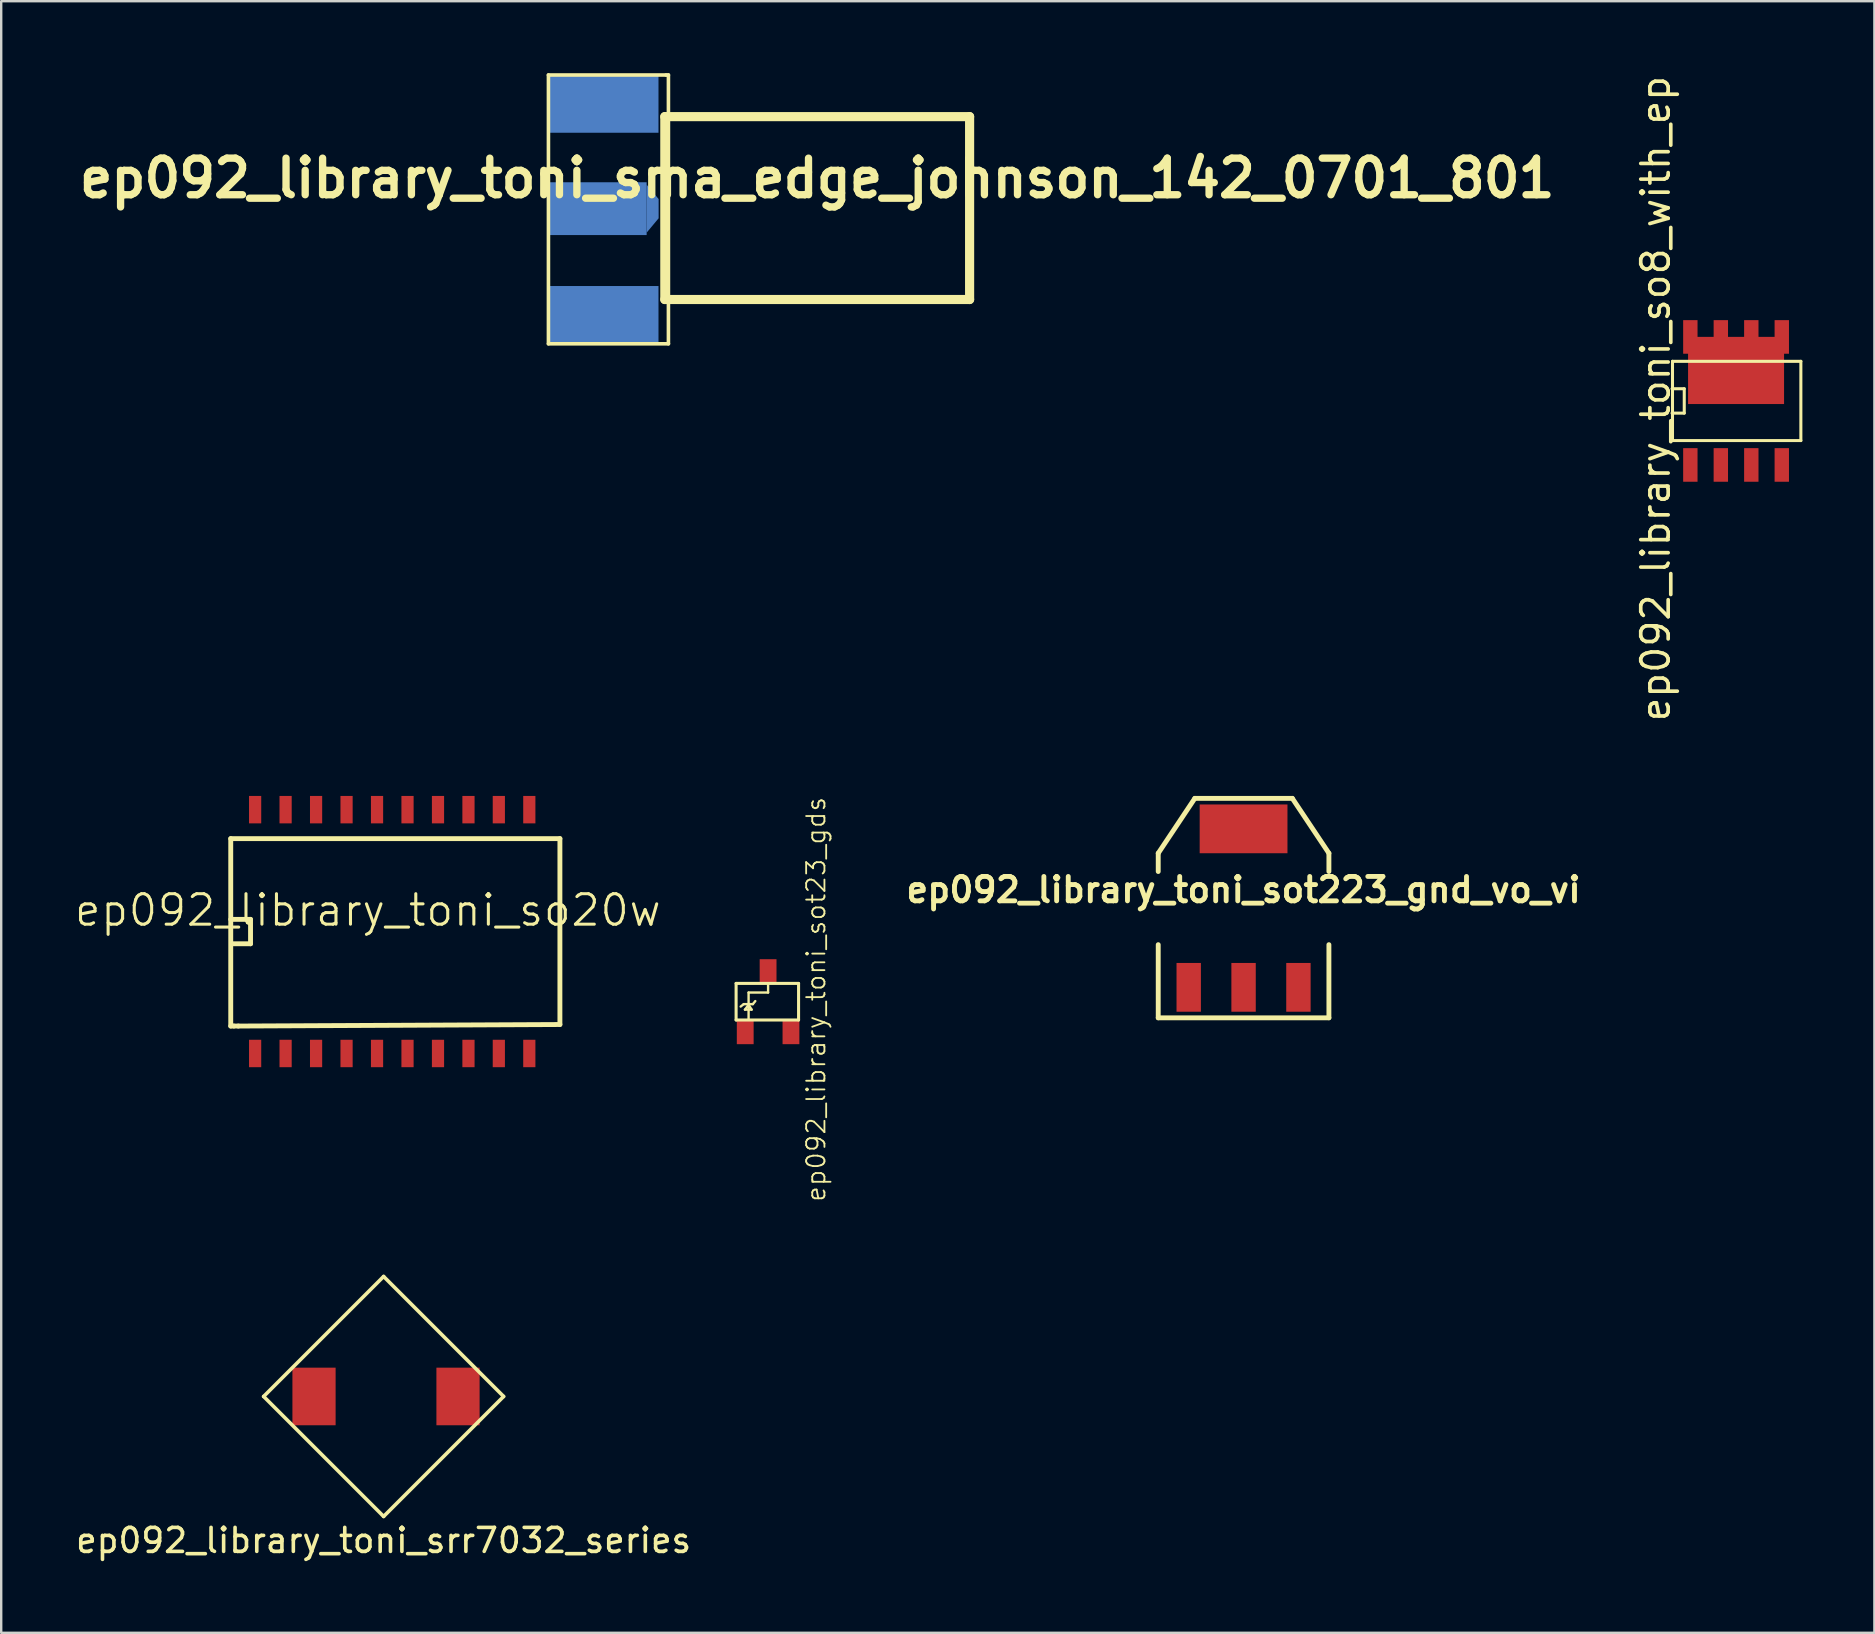
<source format=kicad_pcb>
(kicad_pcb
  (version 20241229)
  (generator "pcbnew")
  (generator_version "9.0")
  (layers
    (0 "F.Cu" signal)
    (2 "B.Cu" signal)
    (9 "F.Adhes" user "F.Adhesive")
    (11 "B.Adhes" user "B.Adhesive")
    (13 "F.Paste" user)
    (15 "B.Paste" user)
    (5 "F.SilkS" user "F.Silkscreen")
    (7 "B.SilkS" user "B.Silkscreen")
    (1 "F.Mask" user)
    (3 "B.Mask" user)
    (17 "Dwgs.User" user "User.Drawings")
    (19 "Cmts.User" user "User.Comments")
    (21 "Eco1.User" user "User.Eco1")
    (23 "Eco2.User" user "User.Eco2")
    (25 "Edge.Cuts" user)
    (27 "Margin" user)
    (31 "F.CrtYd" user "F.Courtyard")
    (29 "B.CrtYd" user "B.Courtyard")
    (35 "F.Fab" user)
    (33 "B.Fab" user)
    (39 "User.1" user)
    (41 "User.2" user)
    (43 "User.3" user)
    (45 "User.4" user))
  (footprint "ep092_library_toni_sma_edge_johnson_142_0701_801"
    (layer "F.Cu")
    (at 31.003 5.675)
    (property "Reference" "ep092_library_toni_sma_edge_johnson_142_0701_801" (at 0 -1.3 0) (layer "F.SilkS") (effects (font (size 1.524 1.524) (thickness 0.305))))
    (attr through_hole)
    (fp_line (start -11.2 -5.6) (end -11.2 5.6) (stroke (width 0.15) (type solid)) (layer "F.SilkS"))
    (fp_line (start -11.2 5.6) (end -6.2 5.6) (stroke (width 0.15) (type solid)) (layer "F.SilkS"))
    (fp_line (start -6.35 -3.865) (end -6.35 3.755) (stroke (width 0.381) (type solid)) (layer "F.SilkS"))
    (fp_line (start -6.35 3.755) (end 6.35 3.755) (stroke (width 0.381) (type solid)) (layer "F.SilkS"))
    (fp_line (start -6.3 -5.6) (end -11.2 -5.6) (stroke (width 0.15) (type solid)) (layer "F.SilkS"))
    (fp_line (start -6.2 -5.6) (end -6.3 -5.6) (stroke (width 0.15) (type solid)) (layer "F.SilkS"))
    (fp_line (start -6.2 5.6) (end -6.2 -5.6) (stroke (width 0.15) (type solid)) (layer "F.SilkS"))
    (fp_line (start 6.35 -3.865) (end -6.35 -3.865) (stroke (width 0.381) (type solid)) (layer "F.SilkS"))
    (fp_line (start 6.35 3.755) (end 6.35 -3.865) (stroke (width 0.381) (type solid)) (layer "F.SilkS"))
    (pad "0" connect rect (at -8.9 -4.4) (size 4.572 2.413) (layers "*.Mask" "B.Cu"))
    (pad "1" connect rect (at -9.144 -0.03) (size 4.072 2.2) (layers "B.Cu" "B.Mask"))
    (pad "1" connect trapezoid (at -6.858 -0.03) (size 0.5 1.4) (rect_delta 0.599 0) (layers "B.Cu" "B.Mask"))
    (pad "2" connect rect (at -8.9 4.4) (size 4.572 2.413) (layers "*.Mask" "B.Cu")))
  (footprint "ep092_library_toni_srr7032_series"
    (layer "F.Cu")
    (at 10.935 55.14)
    (property "Reference" "ep092_library_toni_srr7032_series" (at 2 6 0) (layer "F.SilkS") (effects (font (size 1 1) (thickness 0.15))))
    (attr through_hole)
    (fp_line (start -3 0) (end 2 5) (stroke (width 0.15) (type solid)) (layer "F.SilkS"))
    (fp_line (start 2 -5) (end -3 0) (stroke (width 0.15) (type solid)) (layer "F.SilkS"))
    (fp_line (start 2 5) (end 7 0) (stroke (width 0.15) (type solid)) (layer "F.SilkS"))
    (fp_line (start 7 0) (end 2 -5) (stroke (width 0.15) (type solid)) (layer "F.SilkS"))
    (pad "1" smd rect (at -0.9 0) (size 1.8 2.4) (layers "F.Cu" "F.Mask" "F.Paste"))
    (pad "2" smd rect (at 5.1 0) (size 1.8 2.4) (layers "F.Cu" "F.Mask" "F.Paste")))
  (footprint "ep092_library_toni_so8_with_ep"
    (layer "F.Cu")
    (at 69.291 13.657)
    (property "Reference" "ep092_library_toni_so8_with_ep" (at -3.35 -0.099 90) (layer "F.SilkS") (effects (font (size 1.143 1.143) (thickness 0.152))))
    (attr smd)
    (fp_line (start -2.667 -0.508) (end -2.159 -0.508) (stroke (width 0.127) (type solid)) (layer "F.SilkS"))
    (fp_line (start -2.649 -1.651) (end -2.649 1.651) (stroke (width 0.127) (type solid)) (layer "F.SilkS"))
    (fp_line (start -2.649 -1.651) (end 2.7 -1.651) (stroke (width 0.127) (type solid)) (layer "F.SilkS"))
    (fp_line (start -2.159 -0.508) (end -2.159 0.508) (stroke (width 0.127) (type solid)) (layer "F.SilkS"))
    (fp_line (start -2.159 0.508) (end -2.667 0.508) (stroke (width 0.127) (type solid)) (layer "F.SilkS"))
    (fp_line (start 2.7 -1.651) (end 2.7 1.651) (stroke (width 0.127) (type solid)) (layer "F.SilkS"))
    (fp_line (start 2.7 1.651) (end -2.649 1.651) (stroke (width 0.127) (type solid)) (layer "F.SilkS"))
    (pad "D" smd rect (at -1.905 -2.667) (size 0.599 1.4) (layers "F.Cu" "F.Mask" "F.Paste"))
    (pad "D" smd rect (at -0.635 -2.667) (size 0.599 1.4) (layers "F.Cu" "F.Mask" "F.Paste"))
    (pad "D" smd rect (at 0 -1.27) (size 4 2.799) (layers "F.Cu" "F.Mask" "F.Paste"))
    (pad "D" smd rect (at 0.635 -2.667) (size 0.599 1.4) (layers "F.Cu" "F.Mask" "F.Paste"))
    (pad "D" smd rect (at 1.905 -2.667) (size 0.599 1.4) (layers "F.Cu" "F.Mask" "F.Paste"))
    (pad "G" smd rect (at 1.905 2.667) (size 0.599 1.4) (layers "F.Cu" "F.Mask" "F.Paste"))
    (pad "S" smd rect (at -1.905 2.667) (size 0.599 1.4) (layers "F.Cu" "F.Mask" "F.Paste"))
    (pad "S" smd rect (at -0.635 2.667) (size 0.599 1.4) (layers "F.Cu" "F.Mask" "F.Paste"))
    (pad "S" smd rect (at 0.635 2.667) (size 0.599 1.4) (layers "F.Cu" "F.Mask" "F.Paste")))
  (footprint "ep092_library_toni_sot223_gnd_vo_vi"
    (layer "F.Cu")
    (at 48.769 34.79)
    (property "Reference" "ep092_library_toni_sot223_gnd_vo_vi" (at 0 -0.762 0) (layer "F.SilkS") (effects (font (size 1.016 1.016) (thickness 0.203))))
    (attr smd)
    (fp_line (start -3.556 -2.286) (end -2.032 -4.572) (stroke (width 0.203) (type solid)) (layer "F.SilkS"))
    (fp_line (start -3.556 -1.524) (end -3.556 -2.286) (stroke (width 0.203) (type solid)) (layer "F.SilkS"))
    (fp_line (start -3.556 1.524) (end -3.556 4.572) (stroke (width 0.203) (type solid)) (layer "F.SilkS"))
    (fp_line (start -3.556 4.572) (end 3.556 4.572) (stroke (width 0.203) (type solid)) (layer "F.SilkS"))
    (fp_line (start -2.032 -4.572) (end 2.032 -4.572) (stroke (width 0.203) (type solid)) (layer "F.SilkS"))
    (fp_line (start 2.032 -4.572) (end 3.556 -2.286) (stroke (width 0.203) (type solid)) (layer "F.SilkS"))
    (fp_line (start 3.556 -2.286) (end 3.556 -1.524) (stroke (width 0.203) (type solid)) (layer "F.SilkS"))
    (fp_line (start 3.556 4.572) (end 3.556 1.524) (stroke (width 0.203) (type solid)) (layer "F.SilkS"))
    (pad "GND" smd rect (at -2.286 3.302) (size 1.016 2.032) (layers "F.Cu" "F.Mask" "F.Paste"))
    (pad "VI" smd rect (at 2.286 3.302) (size 1.016 2.032) (layers "F.Cu" "F.Mask" "F.Paste"))
    (pad "VO" smd rect (at 0 -3.302) (size 3.658 2.032) (layers "F.Cu" "F.Mask" "F.Paste"))
    (pad "VO" smd rect (at 0 3.302) (size 1.016 2.032) (layers "F.Cu" "F.Mask" "F.Paste")))
  (footprint "ep092_library_toni_sot23_gds"
    (layer "F.Cu")
    (at 28.956 38.69)
    (property "Reference" "ep092_library_toni_sot23_gds" (at 1.999 -0.099 90) (layer "F.SilkS") (effects (font (size 0.762 0.762) (thickness 0.076))))
    (attr through_hole)
    (fp_line (start -1.333 -0.762) (end 1.27 -0.762) (stroke (width 0.127) (type solid)) (layer "F.SilkS"))
    (fp_line (start -1.333 0.762) (end -1.333 -0.762) (stroke (width 0.127) (type solid)) (layer "F.SilkS"))
    (fp_line (start -1.016 0.102) (end -1.143 0.203) (stroke (width 0.099) (type solid)) (layer "F.SilkS"))
    (fp_line (start -1.016 0.102) (end -0.635 0.102) (stroke (width 0.099) (type solid)) (layer "F.SilkS"))
    (fp_line (start -0.965 0.33) (end -0.686 0.33) (stroke (width 0.099) (type solid)) (layer "F.SilkS"))
    (fp_line (start -0.813 -0.381) (end 0 -0.381) (stroke (width 0.099) (type solid)) (layer "F.SilkS"))
    (fp_line (start -0.813 0.102) (end -0.813 0.737) (stroke (width 0.099) (type solid)) (layer "F.SilkS"))
    (fp_line (start -0.813 0.127) (end -0.965 0.33) (stroke (width 0.099) (type solid)) (layer "F.SilkS"))
    (fp_line (start -0.813 0.203) (end -0.813 -0.381) (stroke (width 0.099) (type solid)) (layer "F.SilkS"))
    (fp_line (start -0.686 0.33) (end -0.813 0.127) (stroke (width 0.099) (type solid)) (layer "F.SilkS"))
    (fp_line (start -0.635 0.102) (end -0.533 -0.025) (stroke (width 0.099) (type solid)) (layer "F.SilkS"))
    (fp_line (start 0 -0.381) (end 0 -0.762) (stroke (width 0.099) (type solid)) (layer "F.SilkS"))
    (fp_line (start 1.27 -0.762) (end 1.27 0.762) (stroke (width 0.127) (type solid)) (layer "F.SilkS"))
    (fp_line (start 1.27 0.762) (end -1.333 0.762) (stroke (width 0.127) (type solid)) (layer "F.SilkS"))
    (pad "D" smd rect (at 0 -1.27) (size 0.701 1.001) (layers "F.Cu" "F.Mask" "F.Paste"))
    (pad "G" smd rect (at -0.953 1.27) (size 0.701 1.001) (layers "F.Cu" "F.Mask" "F.Paste"))
    (pad "S" smd rect (at 0.953 1.27) (size 0.701 1.001) (layers "F.Cu" "F.Mask" "F.Paste")))
  (footprint "ep092_library_toni_so20w"
    (layer "F.Cu")
    (at 12.026 35.768)
    (property "Reference" "ep092_library_toni_so20w" (at 0.254 -0.889 0) (layer "F.SilkS") (effects (font (size 1.27 1.27) (thickness 0.127))))
    (attr smd)
    (fp_line (start -5.461 -3.873) (end 8.255 -3.873) (stroke (width 0.203) (type solid)) (layer "F.SilkS"))
    (fp_line (start -5.461 -0.508) (end -5.461 -3.873) (stroke (width 0.203) (type solid)) (layer "F.SilkS"))
    (fp_line (start -5.461 3.937) (end -5.461 -0.508) (stroke (width 0.203) (type solid)) (layer "F.SilkS"))
    (fp_line (start -5.397 -0.508) (end -4.636 -0.508) (stroke (width 0.203) (type solid)) (layer "F.SilkS"))
    (fp_line (start -5.334 3.937) (end -5.461 3.937) (stroke (width 0.203) (type solid)) (layer "F.SilkS"))
    (fp_line (start -5.144 3.937) (end -5.334 3.937) (stroke (width 0.203) (type solid)) (layer "F.SilkS"))
    (fp_line (start -4.636 -0.508) (end -4.636 0.508) (stroke (width 0.203) (type solid)) (layer "F.SilkS"))
    (fp_line (start -4.636 0.508) (end -5.397 0.508) (stroke (width 0.203) (type solid)) (layer "F.SilkS"))
    (fp_line (start 8.255 -3.873) (end 8.255 3.873) (stroke (width 0.203) (type solid)) (layer "F.SilkS"))
    (fp_line (start 8.255 3.873) (end -5.144 3.937) (stroke (width 0.203) (type solid)) (layer "F.SilkS"))
    (pad "1" smd rect (at -4.445 5.08) (size 0.508 1.143) (layers "F.Cu" "F.Mask" "F.Paste"))
    (pad "2" smd rect (at -3.175 5.08) (size 0.508 1.143) (layers "F.Cu" "F.Mask" "F.Paste"))
    (pad "3" smd rect (at -1.905 5.08) (size 0.508 1.143) (layers "F.Cu" "F.Mask" "F.Paste"))
    (pad "4" smd rect (at -0.635 5.08) (size 0.508 1.143) (layers "F.Cu" "F.Mask" "F.Paste"))
    (pad "5" smd rect (at 0.635 5.08) (size 0.508 1.143) (layers "F.Cu" "F.Mask" "F.Paste"))
    (pad "6" smd rect (at 1.905 5.08) (size 0.508 1.143) (layers "F.Cu" "F.Mask" "F.Paste"))
    (pad "7" smd rect (at 3.175 5.08) (size 0.508 1.143) (layers "F.Cu" "F.Mask" "F.Paste"))
    (pad "8" smd rect (at 4.445 5.08) (size 0.508 1.143) (layers "F.Cu" "F.Mask" "F.Paste"))
    (pad "9" smd rect (at 5.71 5.08) (size 0.508 1.143) (layers "F.Cu" "F.Mask" "F.Paste"))
    (pad "10" smd rect (at 6.98 5.08) (size 0.508 1.143) (layers "F.Cu" "F.Mask" "F.Paste"))
    (pad "11" smd rect (at -4.445 -5.08) (size 0.508 1.143) (layers "F.Cu" "F.Mask" "F.Paste"))
    (pad "12" smd rect (at -3.175 -5.08) (size 0.508 1.143) (layers "F.Cu" "F.Mask" "F.Paste"))
    (pad "13" smd rect (at -1.905 -5.08) (size 0.508 1.143) (layers "F.Cu" "F.Mask" "F.Paste"))
    (pad "14" smd rect (at -0.635 -5.08) (size 0.508 1.143) (layers "F.Cu" "F.Mask" "F.Paste"))
    (pad "15" smd rect (at 0.635 -5.08) (size 0.508 1.143) (layers "F.Cu" "F.Mask" "F.Paste"))
    (pad "16" smd rect (at 1.905 -5.08) (size 0.508 1.143) (layers "F.Cu" "F.Mask" "F.Paste"))
    (pad "17" smd rect (at 3.175 -5.08) (size 0.508 1.143) (layers "F.Cu" "F.Mask" "F.Paste"))
    (pad "18" smd rect (at 4.445 -5.08) (size 0.508 1.143) (layers "F.Cu" "F.Mask" "F.Paste"))
    (pad "19" smd rect (at 5.71 -5.08) (size 0.508 1.143) (layers "F.Cu" "F.Mask" "F.Paste"))
    (pad "20" smd rect (at 6.98 -5.08) (size 0.508 1.143) (layers "F.Cu" "F.Mask" "F.Paste")))
  (gr_rect
    (start -3 -3)
    (end 75.055 64.989)
    (stroke (width 0.1) (type default))
    (fill no)
    (layer "Edge.Cuts")))
</source>
